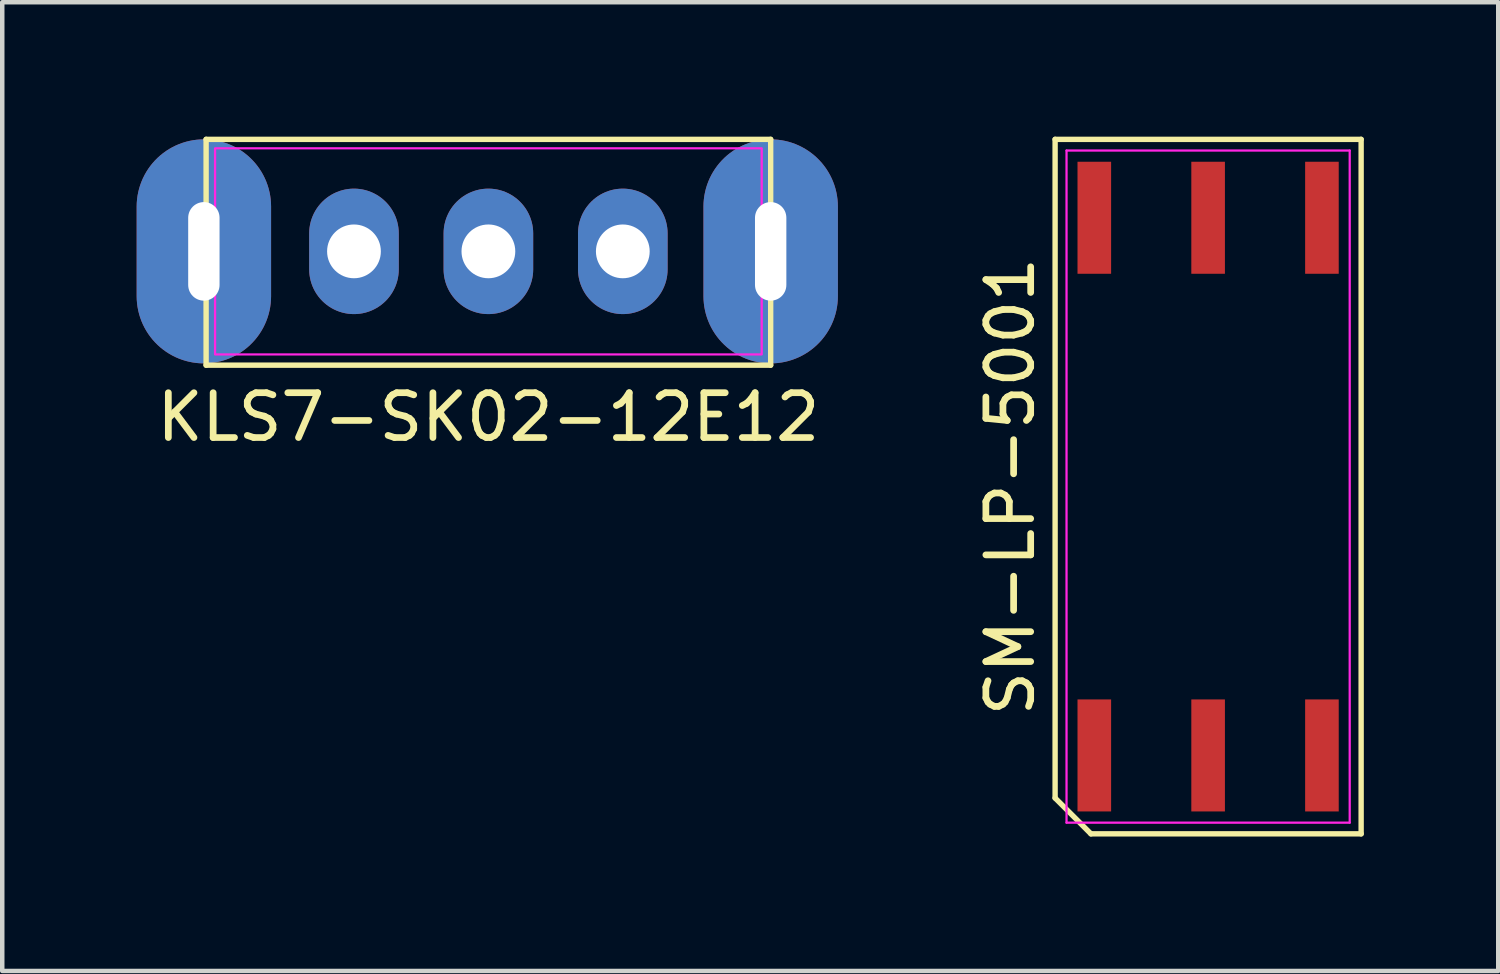
<source format=kicad_pcb>
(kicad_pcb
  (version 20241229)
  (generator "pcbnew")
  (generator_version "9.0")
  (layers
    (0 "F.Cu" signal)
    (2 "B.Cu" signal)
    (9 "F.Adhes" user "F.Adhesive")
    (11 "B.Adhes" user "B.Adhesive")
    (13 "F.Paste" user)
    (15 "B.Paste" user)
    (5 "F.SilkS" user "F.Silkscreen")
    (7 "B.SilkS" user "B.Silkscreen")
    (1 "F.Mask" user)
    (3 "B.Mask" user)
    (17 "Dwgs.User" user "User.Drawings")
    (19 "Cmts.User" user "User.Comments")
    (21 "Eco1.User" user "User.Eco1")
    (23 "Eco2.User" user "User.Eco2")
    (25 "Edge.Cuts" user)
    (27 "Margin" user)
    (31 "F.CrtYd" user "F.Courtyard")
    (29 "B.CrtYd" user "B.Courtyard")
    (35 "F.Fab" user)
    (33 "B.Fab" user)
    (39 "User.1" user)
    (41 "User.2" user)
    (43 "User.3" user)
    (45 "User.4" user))
  (footprint "SM-LP-5001"
    (layer "F.Cu")
    (at 23.913 7.81)
    (property "Reference" "SM-LP-5001" (at -4.415 0 90) (layer "F.SilkS") (effects (font (size 1 1) (thickness 0.15))))
    (attr smd)
    (fp_line (start -3.415 -7.75) (end 3.415 -7.75) (stroke (width 0.12) (type solid)) (layer "F.SilkS"))
    (fp_line (start -3.415 6.95) (end -3.415 -7.75) (stroke (width 0.12) (type solid)) (layer "F.SilkS"))
    (fp_line (start -2.615 7.75) (end -3.415 6.95) (stroke (width 0.12) (type solid)) (layer "F.SilkS"))
    (fp_line (start 3.415 -7.75) (end 3.415 7.75) (stroke (width 0.12) (type solid)) (layer "F.SilkS"))
    (fp_line (start 3.415 7.75) (end -2.615 7.75) (stroke (width 0.12) (type solid)) (layer "F.SilkS"))
    (fp_line (start -3.16 -7.5) (end 3.16 -7.5) (stroke (width 0.05) (type solid)) (layer "F.CrtYd"))
    (fp_line (start -3.16 7.5) (end -3.16 -7.5) (stroke (width 0.05) (type solid)) (layer "F.CrtYd"))
    (fp_line (start 3.16 -7.5) (end 3.16 7.5) (stroke (width 0.05) (type solid)) (layer "F.CrtYd"))
    (fp_line (start 3.16 7.5) (end -3.16 7.5) (stroke (width 0.05) (type solid)) (layer "F.CrtYd"))
    (pad "" smd rect (at 0 -6) (size 0.75 2.5) (layers "F.Cu" "F.Mask" "F.Paste"))
    (pad "" smd rect (at 0 6) (size 0.75 2.5) (layers "F.Cu" "F.Mask" "F.Paste"))
    (pad "1" smd rect (at -2.54 6) (size 0.75 2.5) (layers "F.Cu" "F.Mask" "F.Paste"))
    (pad "2" smd rect (at 2.54 6) (size 0.75 2.5) (layers "F.Cu" "F.Mask" "F.Paste"))
    (pad "3" smd rect (at 2.54 -6) (size 0.75 2.5) (layers "F.Cu" "F.Mask" "F.Paste"))
    (pad "4" smd rect (at -2.54 -6) (size 0.75 2.5) (layers "F.Cu" "F.Mask" "F.Paste")))
  (footprint "KLS7-SK02-12E12"
    (layer "F.Cu")
    (at 7.85 2.56)
    (property "Reference" "KLS7-SK02-12E12" (at 0 3.7 0) (layer "F.SilkS") (effects (font (size 1 1) (thickness 0.15))))
    (attr through_hole)
    (fp_line (start -6.3 -2.5) (end 6.3 -2.5) (stroke (width 0.12) (type solid)) (layer "F.SilkS"))
    (fp_line (start -6.3 2.54) (end -6.3 -2.5) (stroke (width 0.12) (type solid)) (layer "F.SilkS"))
    (fp_line (start 6.3 -2.5) (end 6.3 2.54) (stroke (width 0.12) (type solid)) (layer "F.SilkS"))
    (fp_line (start 6.3 2.54) (end -6.3 2.54) (stroke (width 0.12) (type solid)) (layer "F.SilkS"))
    (fp_rect (start -6.1 -2.3) (end 6.1 2.3) (stroke (width 0.05) (type solid)) (fill no) (layer "F.CrtYd"))
    (pad "" thru_hole oval (at -6.35 0) (size 3 5) (drill oval 0.7 2.2) (layers "*.Cu" "*.Mask"))
    (pad "" thru_hole oval (at 6.3 0) (size 3 5) (drill oval 0.7 2.2) (layers "*.Cu" "*.Mask"))
    (pad "1" thru_hole oval (at -3 0) (size 2 2.8) (drill 1.2) (layers "*.Cu" "*.Mask"))
    (pad "2" thru_hole oval (at 0 0) (size 2 2.8) (drill 1.2) (layers "*.Cu" "*.Mask"))
    (pad "3" thru_hole oval (at 3 0) (size 2 2.8) (drill 1.2) (layers "*.Cu" "*.Mask")))
  (gr_rect
    (start -3 -3)
    (end 30.388 18.62)
    (stroke (width 0.1) (type default))
    (fill no)
    (layer "Edge.Cuts")))
</source>
